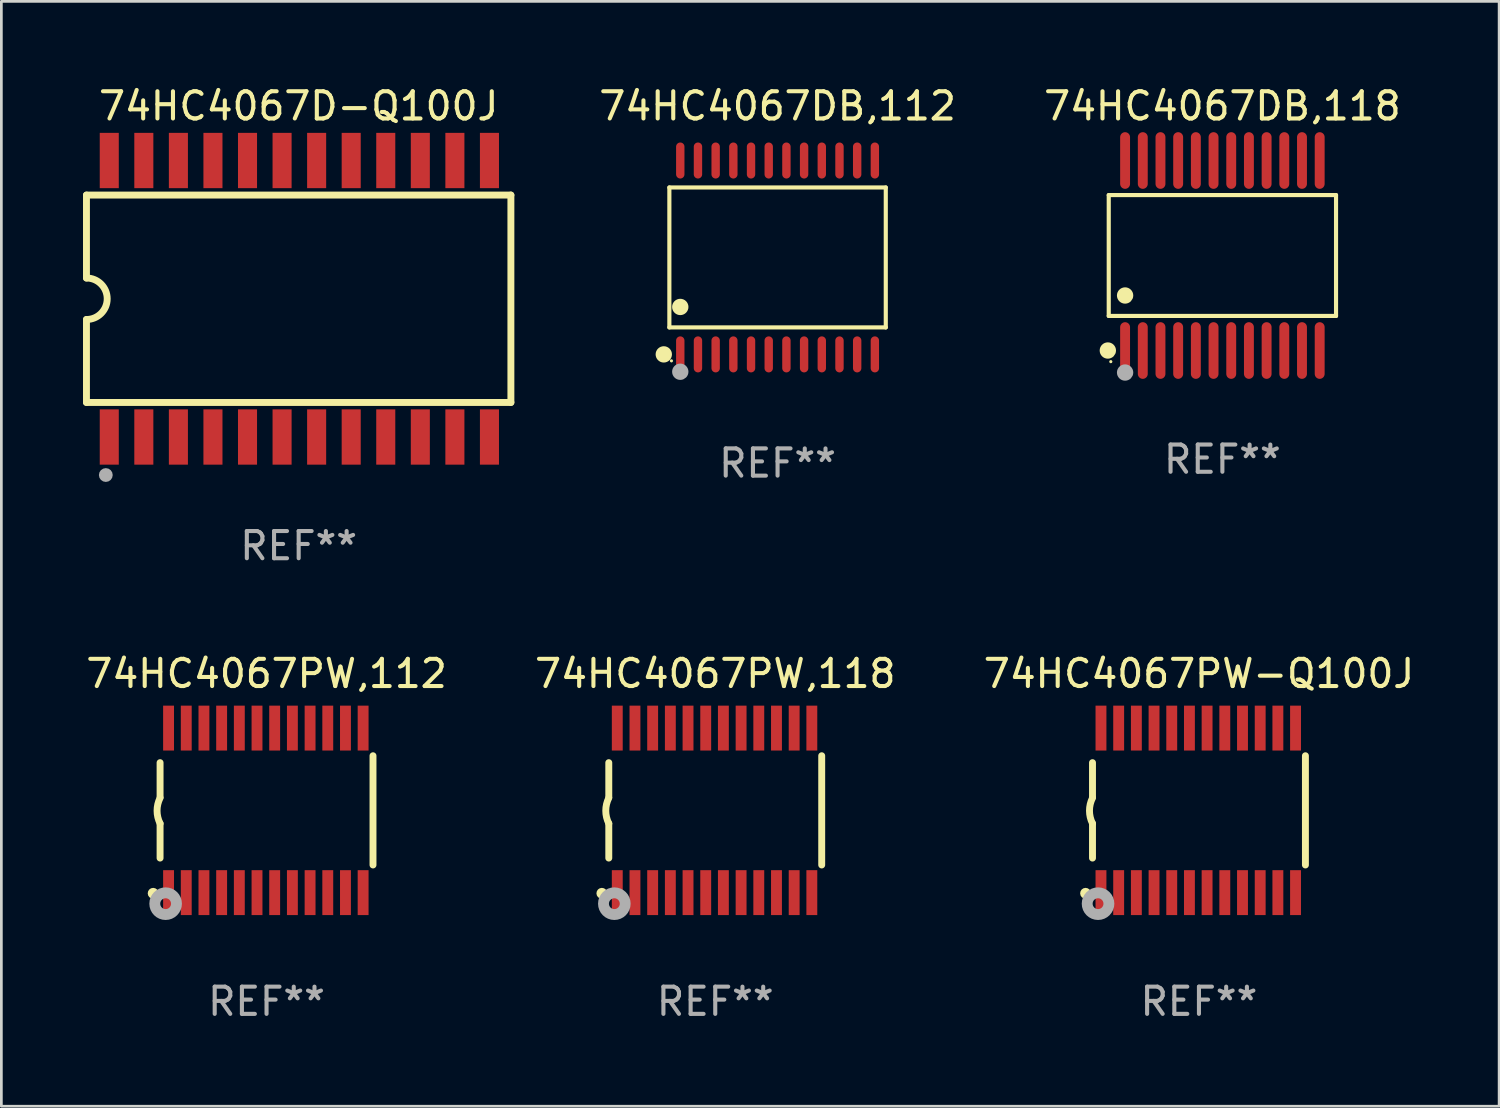
<source format=kicad_pcb>
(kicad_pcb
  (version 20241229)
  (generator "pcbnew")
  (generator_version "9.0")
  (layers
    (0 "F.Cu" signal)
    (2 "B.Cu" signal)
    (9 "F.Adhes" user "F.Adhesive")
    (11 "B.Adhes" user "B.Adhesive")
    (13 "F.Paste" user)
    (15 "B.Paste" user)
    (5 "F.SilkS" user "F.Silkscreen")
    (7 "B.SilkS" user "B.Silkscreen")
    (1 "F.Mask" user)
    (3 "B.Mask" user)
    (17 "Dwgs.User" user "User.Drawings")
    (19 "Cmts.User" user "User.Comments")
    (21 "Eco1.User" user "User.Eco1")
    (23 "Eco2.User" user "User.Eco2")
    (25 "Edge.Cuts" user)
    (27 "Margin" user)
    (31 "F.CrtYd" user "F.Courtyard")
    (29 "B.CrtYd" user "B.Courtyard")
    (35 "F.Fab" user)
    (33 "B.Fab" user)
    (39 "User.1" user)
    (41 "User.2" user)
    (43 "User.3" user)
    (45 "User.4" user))
  (footprint "74HC4067D-Q100J"
    (layer "F.Cu")
    (at 7.925 7.928)
    (property "Reference" "74HC4067D-Q100J" (at 0 -7.08 0) (layer "F.SilkS") (effects (font (size 1 1) (thickness 0.15))))
    (attr through_hole)
    (fp_line (start -7.798 -3.81) (end -7.798 -0.762) (stroke (width 0.254) (type solid)) (layer "F.SilkS"))
    (fp_line (start -7.798 3.81) (end -7.798 0.762) (stroke (width 0.254) (type solid)) (layer "F.SilkS"))
    (fp_line (start 7.798 -3.81) (end -7.798 -3.81) (stroke (width 0.254) (type solid)) (layer "F.SilkS"))
    (fp_line (start 7.798 3.81) (end -7.798 3.81) (stroke (width 0.254) (type solid)) (layer "F.SilkS"))
    (fp_line (start 7.798 3.81) (end 7.798 -3.81) (stroke (width 0.254) (type solid)) (layer "F.SilkS"))
    (fp_arc (start -7.797791 -0.762002) (mid -7.03579 -0.000001) (end -7.79779 0.762002) (stroke (width 0.254001) (type solid)) (layer "F.SilkS"))
    (fp_circle (center -7.825 3.75) (end -7.795 3.75) (stroke (width 0.06) (type solid)) (fill no) (layer "F.SilkS"))
    (fp_circle (center -7.087 6.477) (end -6.96 6.477) (stroke (width 0.254) (type solid)) (fill no) (layer "F.Fab"))
    (fp_text user "REF**" (at 0 9.08 0) (layer "F.Fab") (effects (font (size 1 1) (thickness 0.15))))
    (pad "1" smd rect (at -6.96 5.08 90) (size 2.032 0.7) (layers "F.Cu" "F.Mask" "F.Paste"))
    (pad "2" smd rect (at -5.69 5.08 90) (size 2.032 0.7) (layers "F.Cu" "F.Mask" "F.Paste"))
    (pad "3" smd rect (at -4.42 5.08 90) (size 2.032 0.7) (layers "F.Cu" "F.Mask" "F.Paste"))
    (pad "4" smd rect (at -3.15 5.08 90) (size 2.032 0.7) (layers "F.Cu" "F.Mask" "F.Paste"))
    (pad "5" smd rect (at -1.88 5.08 90) (size 2.032 0.7) (layers "F.Cu" "F.Mask" "F.Paste"))
    (pad "6" smd rect (at -0.61 5.08 90) (size 2.032 0.7) (layers "F.Cu" "F.Mask" "F.Paste"))
    (pad "7" smd rect (at 0.66 5.08 90) (size 2.032 0.7) (layers "F.Cu" "F.Mask" "F.Paste"))
    (pad "8" smd rect (at 1.93 5.08 90) (size 2.032 0.7) (layers "F.Cu" "F.Mask" "F.Paste"))
    (pad "9" smd rect (at 3.2 5.08 90) (size 2.032 0.7) (layers "F.Cu" "F.Mask" "F.Paste"))
    (pad "10" smd rect (at 4.47 5.08 90) (size 2.032 0.7) (layers "F.Cu" "F.Mask" "F.Paste"))
    (pad "11" smd rect (at 5.74 5.08 90) (size 2.032 0.7) (layers "F.Cu" "F.Mask" "F.Paste"))
    (pad "12" smd rect (at 7.01 5.08 90) (size 2.032 0.7) (layers "F.Cu" "F.Mask" "F.Paste"))
    (pad "13" smd rect (at 7.01 -5.08 90) (size 2.032 0.7) (layers "F.Cu" "F.Mask" "F.Paste"))
    (pad "14" smd rect (at 5.74 -5.08 90) (size 2.032 0.7) (layers "F.Cu" "F.Mask" "F.Paste"))
    (pad "15" smd rect (at 4.47 -5.08 90) (size 2.032 0.7) (layers "F.Cu" "F.Mask" "F.Paste"))
    (pad "16" smd rect (at 3.2 -5.08 90) (size 2.032 0.7) (layers "F.Cu" "F.Mask" "F.Paste"))
    (pad "17" smd rect (at 1.93 -5.08 90) (size 2.032 0.7) (layers "F.Cu" "F.Mask" "F.Paste"))
    (pad "18" smd rect (at 0.66 -5.08 90) (size 2.032 0.7) (layers "F.Cu" "F.Mask" "F.Paste"))
    (pad "19" smd rect (at -0.61 -5.08 90) (size 2.032 0.7) (layers "F.Cu" "F.Mask" "F.Paste"))
    (pad "20" smd rect (at -1.88 -5.08 90) (size 2.032 0.7) (layers "F.Cu" "F.Mask" "F.Paste"))
    (pad "21" smd rect (at -3.15 -5.08 90) (size 2.032 0.7) (layers "F.Cu" "F.Mask" "F.Paste"))
    (pad "22" smd rect (at -4.42 -5.08 90) (size 2.032 0.7) (layers "F.Cu" "F.Mask" "F.Paste"))
    (pad "23" smd rect (at -5.69 -5.08 90) (size 2.032 0.7) (layers "F.Cu" "F.Mask" "F.Paste"))
    (pad "24" smd rect (at -6.96 -5.08 90) (size 2.032 0.7) (layers "F.Cu" "F.Mask" "F.Paste")))
  (footprint "74HC4067DB,118"
    (layer "F.Cu")
    (at 41.867 6.339)
    (property "Reference" "74HC4067DB,118" (at 0 -5.491 0) (layer "F.SilkS") (effects (font (size 1 1) (thickness 0.15))))
    (attr through_hole)
    (fp_line (start -4.176 -2.221) (end 4.176 -2.221) (stroke (width 0.152) (type solid)) (layer "F.SilkS"))
    (fp_line (start -4.176 2.221) (end -4.176 -2.221) (stroke (width 0.152) (type solid)) (layer "F.SilkS"))
    (fp_line (start 4.176 -2.221) (end 4.176 2.221) (stroke (width 0.152) (type solid)) (layer "F.SilkS"))
    (fp_line (start 4.176 2.221) (end -4.176 2.221) (stroke (width 0.152) (type solid)) (layer "F.SilkS"))
    (fp_circle (center -4.209 3.491) (end -4.059 3.491) (stroke (width 0.3) (type solid)) (fill no) (layer "F.SilkS"))
    (fp_circle (center -4.1 3.9) (end -4.07 3.9) (stroke (width 0.06) (type solid)) (fill no) (layer "F.SilkS"))
    (fp_circle (center -3.575 1.469) (end -3.425 1.469) (stroke (width 0.3) (type solid)) (fill no) (layer "F.SilkS"))
    (fp_circle (center -3.575 4.3) (end -3.425 4.3) (stroke (width 0.3) (type solid)) (fill no) (layer "F.Fab"))
    (fp_text user "REF**" (at 0 7.491 0) (layer "F.Fab") (effects (font (size 1 1) (thickness 0.15))))
    (pad "1" smd oval (at -3.575 3.491) (size 0.364 2.082) (layers "F.Cu" "F.Mask" "F.Paste"))
    (pad "2" smd oval (at -2.925 3.491) (size 0.364 2.082) (layers "F.Cu" "F.Mask" "F.Paste"))
    (pad "3" smd oval (at -2.275 3.491) (size 0.364 2.082) (layers "F.Cu" "F.Mask" "F.Paste"))
    (pad "4" smd oval (at -1.625 3.491) (size 0.364 2.082) (layers "F.Cu" "F.Mask" "F.Paste"))
    (pad "5" smd oval (at -0.975 3.491) (size 0.364 2.082) (layers "F.Cu" "F.Mask" "F.Paste"))
    (pad "6" smd oval (at -0.325 3.491) (size 0.364 2.082) (layers "F.Cu" "F.Mask" "F.Paste"))
    (pad "7" smd oval (at 0.325 3.491) (size 0.364 2.082) (layers "F.Cu" "F.Mask" "F.Paste"))
    (pad "8" smd oval (at 0.975 3.491) (size 0.364 2.082) (layers "F.Cu" "F.Mask" "F.Paste"))
    (pad "9" smd oval (at 1.625 3.491) (size 0.364 2.082) (layers "F.Cu" "F.Mask" "F.Paste"))
    (pad "10" smd oval (at 2.275 3.491) (size 0.364 2.082) (layers "F.Cu" "F.Mask" "F.Paste"))
    (pad "11" smd oval (at 2.925 3.491) (size 0.364 2.082) (layers "F.Cu" "F.Mask" "F.Paste"))
    (pad "12" smd oval (at 3.575 3.491) (size 0.364 2.082) (layers "F.Cu" "F.Mask" "F.Paste"))
    (pad "13" smd oval (at 3.575 -3.491) (size 0.364 2.082) (layers "F.Cu" "F.Mask" "F.Paste"))
    (pad "14" smd oval (at 2.925 -3.491) (size 0.364 2.082) (layers "F.Cu" "F.Mask" "F.Paste"))
    (pad "15" smd oval (at 2.275 -3.491) (size 0.364 2.082) (layers "F.Cu" "F.Mask" "F.Paste"))
    (pad "16" smd oval (at 1.625 -3.491) (size 0.364 2.082) (layers "F.Cu" "F.Mask" "F.Paste"))
    (pad "17" smd oval (at 0.975 -3.491) (size 0.364 2.082) (layers "F.Cu" "F.Mask" "F.Paste"))
    (pad "18" smd oval (at 0.325 -3.491) (size 0.364 2.082) (layers "F.Cu" "F.Mask" "F.Paste"))
    (pad "19" smd oval (at -0.325 -3.491) (size 0.364 2.082) (layers "F.Cu" "F.Mask" "F.Paste"))
    (pad "20" smd oval (at -0.975 -3.491) (size 0.364 2.082) (layers "F.Cu" "F.Mask" "F.Paste"))
    (pad "21" smd oval (at -1.625 -3.491) (size 0.364 2.082) (layers "F.Cu" "F.Mask" "F.Paste"))
    (pad "22" smd oval (at -2.275 -3.491) (size 0.364 2.082) (layers "F.Cu" "F.Mask" "F.Paste"))
    (pad "23" smd oval (at -2.925 -3.491) (size 0.364 2.082) (layers "F.Cu" "F.Mask" "F.Paste"))
    (pad "24" smd oval (at -3.575 -3.491) (size 0.364 2.082) (layers "F.Cu" "F.Mask" "F.Paste")))
  (footprint "74HC4067PW,118"
    (layer "F.Cu")
    (at 23.232 26.727)
    (property "Reference" "74HC4067PW,118" (at 0 -5.023 0) (layer "F.SilkS") (effects (font (size 1 1) (thickness 0.15))))
    (attr through_hole)
    (fp_line (start -3.912 -0.483) (end -3.912 -1.753) (stroke (width 0.254) (type solid)) (layer "F.SilkS"))
    (fp_line (start -3.912 1.753) (end -3.912 0.483) (stroke (width 0.254) (type solid)) (layer "F.SilkS"))
    (fp_line (start 3.912 -2.007) (end 3.912 2.007) (stroke (width 0.254) (type solid)) (layer "F.SilkS"))
    (fp_arc (start -3.911608 0.482601) (mid -4.022537 0.0127) (end -3.911608 -0.457201) (stroke (width 0.254001) (type solid)) (layer "F.SilkS"))
    (fp_circle (center -4.166 3.048) (end -4.066 3.048) (stroke (width 0.2) (type solid)) (fill no) (layer "F.SilkS"))
    (fp_circle (center -3.925 3.186) (end -3.895 3.186) (stroke (width 0.06) (type solid)) (fill no) (layer "F.SilkS"))
    (fp_circle (center -3.708 3.429) (end -3.509 3.429) (stroke (width 0.4) (type solid)) (fill no) (layer "F.Fab"))
    (fp_text user "REF**" (at 0 7.023 0) (layer "F.Fab") (effects (font (size 1 1) (thickness 0.15))))
    (pad "1" smd rect (at -3.6 3.023) (size 0.4 1.65) (layers "F.Cu" "F.Mask" "F.Paste"))
    (pad "2" smd rect (at -2.95 3.023) (size 0.4 1.65) (layers "F.Cu" "F.Mask" "F.Paste"))
    (pad "3" smd rect (at -2.3 3.023) (size 0.4 1.65) (layers "F.Cu" "F.Mask" "F.Paste"))
    (pad "4" smd rect (at -1.65 3.023) (size 0.4 1.65) (layers "F.Cu" "F.Mask" "F.Paste"))
    (pad "5" smd rect (at -1 3.023) (size 0.4 1.65) (layers "F.Cu" "F.Mask" "F.Paste"))
    (pad "6" smd rect (at -0.35 3.023) (size 0.4 1.65) (layers "F.Cu" "F.Mask" "F.Paste"))
    (pad "7" smd rect (at 0.299 3.023) (size 0.4 1.65) (layers "F.Cu" "F.Mask" "F.Paste"))
    (pad "8" smd rect (at 0.95 3.023) (size 0.4 1.65) (layers "F.Cu" "F.Mask" "F.Paste"))
    (pad "9" smd rect (at 1.6 3.023) (size 0.4 1.65) (layers "F.Cu" "F.Mask" "F.Paste"))
    (pad "10" smd rect (at 2.25 3.023) (size 0.4 1.65) (layers "F.Cu" "F.Mask" "F.Paste"))
    (pad "11" smd rect (at 2.9 3.023) (size 0.4 1.65) (layers "F.Cu" "F.Mask" "F.Paste"))
    (pad "12" smd rect (at 3.549 3.023) (size 0.4 1.65) (layers "F.Cu" "F.Mask" "F.Paste"))
    (pad "13" smd rect (at 3.549 -3.023) (size 0.4 1.65) (layers "F.Cu" "F.Mask" "F.Paste"))
    (pad "14" smd rect (at 2.9 -3.023) (size 0.4 1.65) (layers "F.Cu" "F.Mask" "F.Paste"))
    (pad "15" smd rect (at 2.25 -3.023) (size 0.4 1.65) (layers "F.Cu" "F.Mask" "F.Paste"))
    (pad "16" smd rect (at 1.6 -3.023) (size 0.4 1.65) (layers "F.Cu" "F.Mask" "F.Paste"))
    (pad "17" smd rect (at 0.95 -3.023) (size 0.4 1.65) (layers "F.Cu" "F.Mask" "F.Paste"))
    (pad "18" smd rect (at 0.299 -3.023) (size 0.4 1.65) (layers "F.Cu" "F.Mask" "F.Paste"))
    (pad "19" smd rect (at -0.35 -3.023) (size 0.4 1.65) (layers "F.Cu" "F.Mask" "F.Paste"))
    (pad "20" smd rect (at -1 -3.023) (size 0.4 1.65) (layers "F.Cu" "F.Mask" "F.Paste"))
    (pad "21" smd rect (at -1.65 -3.023) (size 0.4 1.65) (layers "F.Cu" "F.Mask" "F.Paste"))
    (pad "22" smd rect (at -2.3 -3.023) (size 0.4 1.65) (layers "F.Cu" "F.Mask" "F.Paste"))
    (pad "23" smd rect (at -2.95 -3.023) (size 0.4 1.65) (layers "F.Cu" "F.Mask" "F.Paste"))
    (pad "24" smd rect (at -3.6 -3.023) (size 0.4 1.65) (layers "F.Cu" "F.Mask" "F.Paste")))
  (footprint "74HC4067PW-Q100J"
    (layer "F.Cu")
    (at 41.006 26.727)
    (property "Reference" "74HC4067PW-Q100J" (at 0 -5.023 0) (layer "F.SilkS") (effects (font (size 1 1) (thickness 0.15))))
    (attr through_hole)
    (fp_line (start -3.912 -0.483) (end -3.912 -1.753) (stroke (width 0.254) (type solid)) (layer "F.SilkS"))
    (fp_line (start -3.912 1.753) (end -3.912 0.483) (stroke (width 0.254) (type solid)) (layer "F.SilkS"))
    (fp_line (start 3.912 -2.007) (end 3.912 2.007) (stroke (width 0.254) (type solid)) (layer "F.SilkS"))
    (fp_arc (start -3.911608 0.482601) (mid -4.022537 0.0127) (end -3.911608 -0.457201) (stroke (width 0.254001) (type solid)) (layer "F.SilkS"))
    (fp_circle (center -4.166 3.048) (end -4.066 3.048) (stroke (width 0.2) (type solid)) (fill no) (layer "F.SilkS"))
    (fp_circle (center -3.925 3.186) (end -3.895 3.186) (stroke (width 0.06) (type solid)) (fill no) (layer "F.SilkS"))
    (fp_circle (center -3.708 3.429) (end -3.509 3.429) (stroke (width 0.4) (type solid)) (fill no) (layer "F.Fab"))
    (fp_text user "REF**" (at 0 7.023 0) (layer "F.Fab") (effects (font (size 1 1) (thickness 0.15))))
    (pad "1" smd rect (at -3.6 3.023) (size 0.4 1.65) (layers "F.Cu" "F.Mask" "F.Paste"))
    (pad "2" smd rect (at -2.95 3.023) (size 0.4 1.65) (layers "F.Cu" "F.Mask" "F.Paste"))
    (pad "3" smd rect (at -2.3 3.023) (size 0.4 1.65) (layers "F.Cu" "F.Mask" "F.Paste"))
    (pad "4" smd rect (at -1.65 3.023) (size 0.4 1.65) (layers "F.Cu" "F.Mask" "F.Paste"))
    (pad "5" smd rect (at -1 3.023) (size 0.4 1.65) (layers "F.Cu" "F.Mask" "F.Paste"))
    (pad "6" smd rect (at -0.35 3.023) (size 0.4 1.65) (layers "F.Cu" "F.Mask" "F.Paste"))
    (pad "7" smd rect (at 0.299 3.023) (size 0.4 1.65) (layers "F.Cu" "F.Mask" "F.Paste"))
    (pad "8" smd rect (at 0.95 3.023) (size 0.4 1.65) (layers "F.Cu" "F.Mask" "F.Paste"))
    (pad "9" smd rect (at 1.6 3.023) (size 0.4 1.65) (layers "F.Cu" "F.Mask" "F.Paste"))
    (pad "10" smd rect (at 2.25 3.023) (size 0.4 1.65) (layers "F.Cu" "F.Mask" "F.Paste"))
    (pad "11" smd rect (at 2.9 3.023) (size 0.4 1.65) (layers "F.Cu" "F.Mask" "F.Paste"))
    (pad "12" smd rect (at 3.549 3.023) (size 0.4 1.65) (layers "F.Cu" "F.Mask" "F.Paste"))
    (pad "13" smd rect (at 3.549 -3.023) (size 0.4 1.65) (layers "F.Cu" "F.Mask" "F.Paste"))
    (pad "14" smd rect (at 2.9 -3.023) (size 0.4 1.65) (layers "F.Cu" "F.Mask" "F.Paste"))
    (pad "15" smd rect (at 2.25 -3.023) (size 0.4 1.65) (layers "F.Cu" "F.Mask" "F.Paste"))
    (pad "16" smd rect (at 1.6 -3.023) (size 0.4 1.65) (layers "F.Cu" "F.Mask" "F.Paste"))
    (pad "17" smd rect (at 0.95 -3.023) (size 0.4 1.65) (layers "F.Cu" "F.Mask" "F.Paste"))
    (pad "18" smd rect (at 0.299 -3.023) (size 0.4 1.65) (layers "F.Cu" "F.Mask" "F.Paste"))
    (pad "19" smd rect (at -0.35 -3.023) (size 0.4 1.65) (layers "F.Cu" "F.Mask" "F.Paste"))
    (pad "20" smd rect (at -1 -3.023) (size 0.4 1.65) (layers "F.Cu" "F.Mask" "F.Paste"))
    (pad "21" smd rect (at -1.65 -3.023) (size 0.4 1.65) (layers "F.Cu" "F.Mask" "F.Paste"))
    (pad "22" smd rect (at -2.3 -3.023) (size 0.4 1.65) (layers "F.Cu" "F.Mask" "F.Paste"))
    (pad "23" smd rect (at -2.95 -3.023) (size 0.4 1.65) (layers "F.Cu" "F.Mask" "F.Paste"))
    (pad "24" smd rect (at -3.6 -3.023) (size 0.4 1.65) (layers "F.Cu" "F.Mask" "F.Paste")))
  (footprint "74HC4067PW,112"
    (layer "F.Cu")
    (at 6.744 26.727)
    (property "Reference" "74HC4067PW,112" (at 0 -5.023 0) (layer "F.SilkS") (effects (font (size 1 1) (thickness 0.15))))
    (attr through_hole)
    (fp_line (start -3.912 -0.483) (end -3.912 -1.753) (stroke (width 0.254) (type solid)) (layer "F.SilkS"))
    (fp_line (start -3.912 1.753) (end -3.912 0.483) (stroke (width 0.254) (type solid)) (layer "F.SilkS"))
    (fp_line (start 3.912 -2.007) (end 3.912 2.007) (stroke (width 0.254) (type solid)) (layer "F.SilkS"))
    (fp_arc (start -3.911608 0.482601) (mid -4.022537 0.0127) (end -3.911608 -0.457201) (stroke (width 0.254001) (type solid)) (layer "F.SilkS"))
    (fp_circle (center -4.166 3.048) (end -4.066 3.048) (stroke (width 0.2) (type solid)) (fill no) (layer "F.SilkS"))
    (fp_circle (center -3.925 3.186) (end -3.895 3.186) (stroke (width 0.06) (type solid)) (fill no) (layer "F.SilkS"))
    (fp_circle (center -3.708 3.429) (end -3.509 3.429) (stroke (width 0.4) (type solid)) (fill no) (layer "F.Fab"))
    (fp_text user "REF**" (at 0 7.023 0) (layer "F.Fab") (effects (font (size 1 1) (thickness 0.15))))
    (pad "1" smd rect (at -3.6 3.023) (size 0.4 1.65) (layers "F.Cu" "F.Mask" "F.Paste"))
    (pad "2" smd rect (at -2.95 3.023) (size 0.4 1.65) (layers "F.Cu" "F.Mask" "F.Paste"))
    (pad "3" smd rect (at -2.3 3.023) (size 0.4 1.65) (layers "F.Cu" "F.Mask" "F.Paste"))
    (pad "4" smd rect (at -1.65 3.023) (size 0.4 1.65) (layers "F.Cu" "F.Mask" "F.Paste"))
    (pad "5" smd rect (at -1 3.023) (size 0.4 1.65) (layers "F.Cu" "F.Mask" "F.Paste"))
    (pad "6" smd rect (at -0.35 3.023) (size 0.4 1.65) (layers "F.Cu" "F.Mask" "F.Paste"))
    (pad "7" smd rect (at 0.299 3.023) (size 0.4 1.65) (layers "F.Cu" "F.Mask" "F.Paste"))
    (pad "8" smd rect (at 0.95 3.023) (size 0.4 1.65) (layers "F.Cu" "F.Mask" "F.Paste"))
    (pad "9" smd rect (at 1.6 3.023) (size 0.4 1.65) (layers "F.Cu" "F.Mask" "F.Paste"))
    (pad "10" smd rect (at 2.25 3.023) (size 0.4 1.65) (layers "F.Cu" "F.Mask" "F.Paste"))
    (pad "11" smd rect (at 2.9 3.023) (size 0.4 1.65) (layers "F.Cu" "F.Mask" "F.Paste"))
    (pad "12" smd rect (at 3.549 3.023) (size 0.4 1.65) (layers "F.Cu" "F.Mask" "F.Paste"))
    (pad "13" smd rect (at 3.549 -3.023) (size 0.4 1.65) (layers "F.Cu" "F.Mask" "F.Paste"))
    (pad "14" smd rect (at 2.9 -3.023) (size 0.4 1.65) (layers "F.Cu" "F.Mask" "F.Paste"))
    (pad "15" smd rect (at 2.25 -3.023) (size 0.4 1.65) (layers "F.Cu" "F.Mask" "F.Paste"))
    (pad "16" smd rect (at 1.6 -3.023) (size 0.4 1.65) (layers "F.Cu" "F.Mask" "F.Paste"))
    (pad "17" smd rect (at 0.95 -3.023) (size 0.4 1.65) (layers "F.Cu" "F.Mask" "F.Paste"))
    (pad "18" smd rect (at 0.299 -3.023) (size 0.4 1.65) (layers "F.Cu" "F.Mask" "F.Paste"))
    (pad "19" smd rect (at -0.35 -3.023) (size 0.4 1.65) (layers "F.Cu" "F.Mask" "F.Paste"))
    (pad "20" smd rect (at -1 -3.023) (size 0.4 1.65) (layers "F.Cu" "F.Mask" "F.Paste"))
    (pad "21" smd rect (at -1.65 -3.023) (size 0.4 1.65) (layers "F.Cu" "F.Mask" "F.Paste"))
    (pad "22" smd rect (at -2.3 -3.023) (size 0.4 1.65) (layers "F.Cu" "F.Mask" "F.Paste"))
    (pad "23" smd rect (at -2.95 -3.023) (size 0.4 1.65) (layers "F.Cu" "F.Mask" "F.Paste"))
    (pad "24" smd rect (at -3.6 -3.023) (size 0.4 1.65) (layers "F.Cu" "F.Mask" "F.Paste")))
  (footprint "74HC4067DB,112"
    (layer "F.Cu")
    (at 25.522 6.41)
    (property "Reference" "74HC4067DB,112" (at 0 -5.562 0) (layer "F.SilkS") (effects (font (size 1 1) (thickness 0.15))))
    (attr through_hole)
    (fp_line (start -3.976 -2.571) (end 3.976 -2.571) (stroke (width 0.152) (type solid)) (layer "F.SilkS"))
    (fp_line (start -3.976 2.571) (end -3.976 -2.571) (stroke (width 0.152) (type solid)) (layer "F.SilkS"))
    (fp_line (start 3.976 -2.571) (end 3.976 2.571) (stroke (width 0.152) (type solid)) (layer "F.SilkS"))
    (fp_line (start 3.976 2.571) (end -3.976 2.571) (stroke (width 0.152) (type solid)) (layer "F.SilkS"))
    (fp_circle (center -4.181 3.562) (end -4.031 3.562) (stroke (width 0.3) (type solid)) (fill no) (layer "F.SilkS"))
    (fp_circle (center -3.9 3.8) (end -3.87 3.8) (stroke (width 0.06) (type solid)) (fill no) (layer "F.SilkS"))
    (fp_circle (center -3.575 1.819) (end -3.425 1.819) (stroke (width 0.3) (type solid)) (fill no) (layer "F.SilkS"))
    (fp_circle (center -3.575 4.2) (end -3.425 4.2) (stroke (width 0.3) (type solid)) (fill no) (layer "F.Fab"))
    (fp_text user "REF**" (at 0 7.562 0) (layer "F.Fab") (effects (font (size 1 1) (thickness 0.15))))
    (pad "1" smd oval (at -3.575 3.562) (size 0.308 1.324) (layers "F.Cu" "F.Mask" "F.Paste"))
    (pad "2" smd oval (at -2.925 3.562) (size 0.308 1.324) (layers "F.Cu" "F.Mask" "F.Paste"))
    (pad "3" smd oval (at -2.275 3.562) (size 0.308 1.324) (layers "F.Cu" "F.Mask" "F.Paste"))
    (pad "4" smd oval (at -1.625 3.562) (size 0.308 1.324) (layers "F.Cu" "F.Mask" "F.Paste"))
    (pad "5" smd oval (at -0.975 3.562) (size 0.308 1.324) (layers "F.Cu" "F.Mask" "F.Paste"))
    (pad "6" smd oval (at -0.325 3.562) (size 0.308 1.324) (layers "F.Cu" "F.Mask" "F.Paste"))
    (pad "7" smd oval (at 0.325 3.562) (size 0.308 1.324) (layers "F.Cu" "F.Mask" "F.Paste"))
    (pad "8" smd oval (at 0.975 3.562) (size 0.308 1.324) (layers "F.Cu" "F.Mask" "F.Paste"))
    (pad "9" smd oval (at 1.625 3.562) (size 0.308 1.324) (layers "F.Cu" "F.Mask" "F.Paste"))
    (pad "10" smd oval (at 2.275 3.562) (size 0.308 1.324) (layers "F.Cu" "F.Mask" "F.Paste"))
    (pad "11" smd oval (at 2.925 3.562) (size 0.308 1.324) (layers "F.Cu" "F.Mask" "F.Paste"))
    (pad "12" smd oval (at 3.575 3.562) (size 0.308 1.324) (layers "F.Cu" "F.Mask" "F.Paste"))
    (pad "13" smd oval (at 3.575 -3.562) (size 0.308 1.324) (layers "F.Cu" "F.Mask" "F.Paste"))
    (pad "14" smd oval (at 2.925 -3.562) (size 0.308 1.324) (layers "F.Cu" "F.Mask" "F.Paste"))
    (pad "15" smd oval (at 2.275 -3.562) (size 0.308 1.324) (layers "F.Cu" "F.Mask" "F.Paste"))
    (pad "16" smd oval (at 1.625 -3.562) (size 0.308 1.324) (layers "F.Cu" "F.Mask" "F.Paste"))
    (pad "17" smd oval (at 0.975 -3.562) (size 0.308 1.324) (layers "F.Cu" "F.Mask" "F.Paste"))
    (pad "18" smd oval (at 0.325 -3.562) (size 0.308 1.324) (layers "F.Cu" "F.Mask" "F.Paste"))
    (pad "19" smd oval (at -0.325 -3.562) (size 0.308 1.324) (layers "F.Cu" "F.Mask" "F.Paste"))
    (pad "20" smd oval (at -0.975 -3.562) (size 0.308 1.324) (layers "F.Cu" "F.Mask" "F.Paste"))
    (pad "21" smd oval (at -1.625 -3.562) (size 0.308 1.324) (layers "F.Cu" "F.Mask" "F.Paste"))
    (pad "22" smd oval (at -2.275 -3.562) (size 0.308 1.324) (layers "F.Cu" "F.Mask" "F.Paste"))
    (pad "23" smd oval (at -2.925 -3.562) (size 0.308 1.324) (layers "F.Cu" "F.Mask" "F.Paste"))
    (pad "24" smd oval (at -3.575 -3.562) (size 0.308 1.324) (layers "F.Cu" "F.Mask" "F.Paste")))
  (gr_rect
    (start -3 -3)
    (end 52.036 37.598)
    (stroke (width 0.1) (type default))
    (fill no)
    (layer "Edge.Cuts")))
</source>
